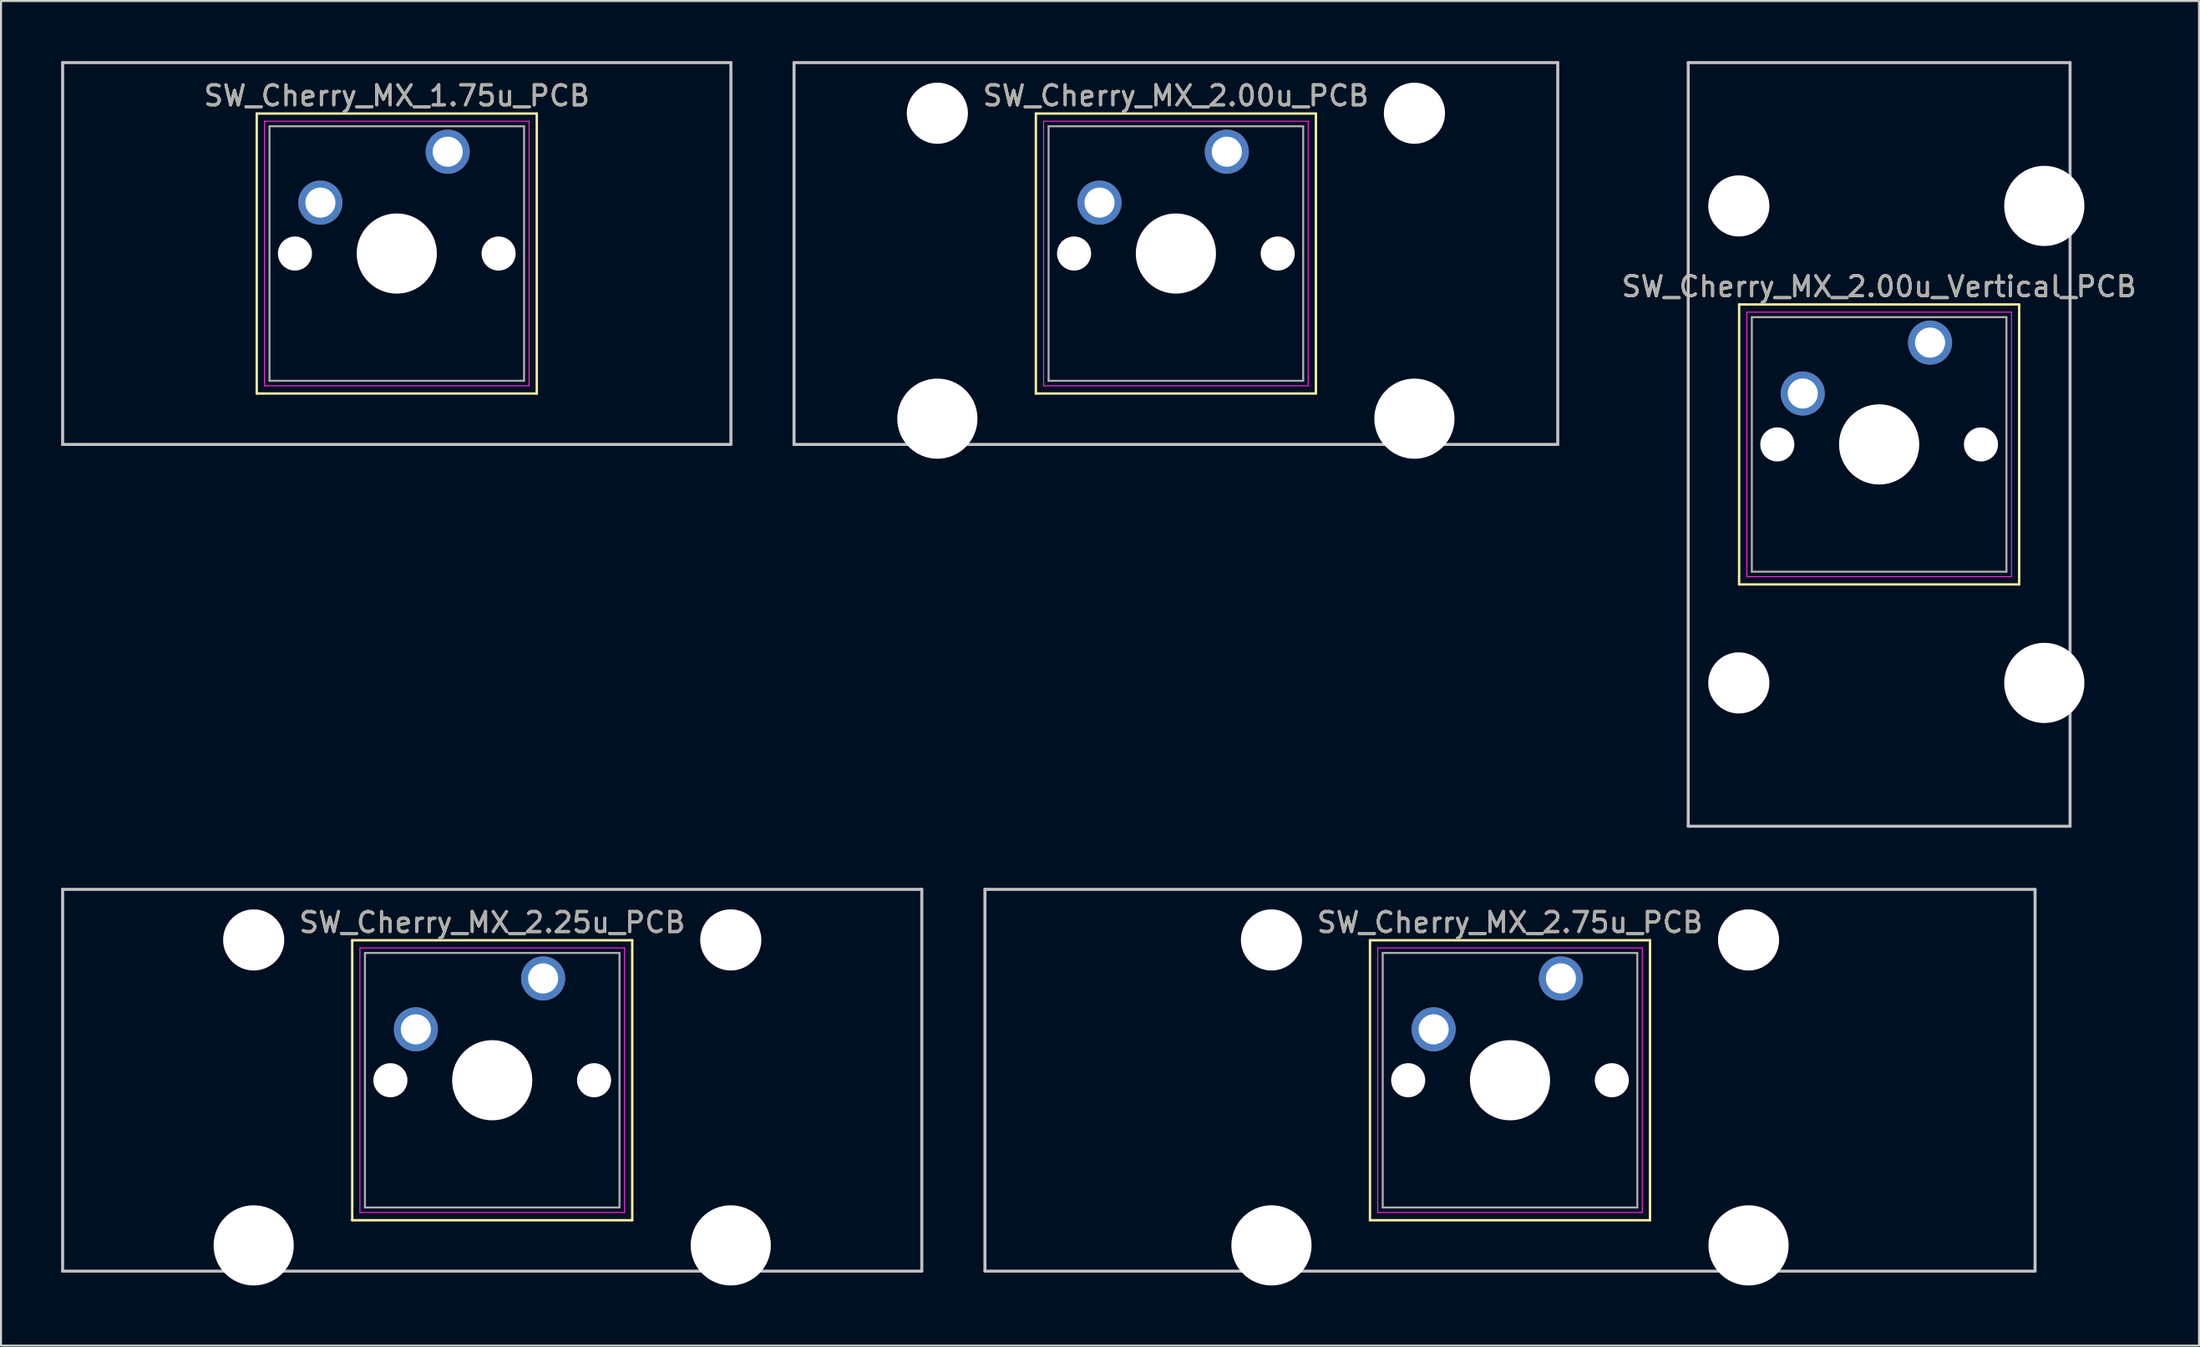
<source format=kicad_pcb>
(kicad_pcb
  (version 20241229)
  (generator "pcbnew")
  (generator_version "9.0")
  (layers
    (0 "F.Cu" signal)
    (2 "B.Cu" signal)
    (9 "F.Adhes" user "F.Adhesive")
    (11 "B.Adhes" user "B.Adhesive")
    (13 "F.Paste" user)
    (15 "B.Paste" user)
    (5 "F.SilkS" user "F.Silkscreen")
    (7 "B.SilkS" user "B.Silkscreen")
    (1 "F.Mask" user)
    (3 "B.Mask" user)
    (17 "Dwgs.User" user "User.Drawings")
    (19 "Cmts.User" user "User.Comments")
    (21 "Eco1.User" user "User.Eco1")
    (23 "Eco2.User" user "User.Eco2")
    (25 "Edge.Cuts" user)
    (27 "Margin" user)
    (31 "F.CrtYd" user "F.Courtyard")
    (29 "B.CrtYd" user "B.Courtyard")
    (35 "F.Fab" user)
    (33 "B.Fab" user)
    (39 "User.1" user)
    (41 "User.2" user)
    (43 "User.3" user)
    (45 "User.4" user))
  (footprint "SW_Cherry_MX_2.00u_PCB"
    (layer "F.Cu")
    (at 58.153 4.52)
    (property "Reference" "SW_Cherry_MX_2.00u_PCB" (at -2.54 -2.794 0) (layer "F.SilkS") (effects (font (size 1 1) (thickness 0.15))))
    (attr through_hole)
    (fp_line (start -9.525 -1.905) (end 4.445 -1.905) (stroke (width 0.12) (type solid)) (layer "F.SilkS"))
    (fp_line (start -9.525 12.065) (end -9.525 -1.905) (stroke (width 0.12) (type solid)) (layer "F.SilkS"))
    (fp_line (start 4.445 -1.905) (end 4.445 12.065) (stroke (width 0.12) (type solid)) (layer "F.SilkS"))
    (fp_line (start 4.445 12.065) (end -9.525 12.065) (stroke (width 0.12) (type solid)) (layer "F.SilkS"))
    (fp_line (start -21.59 -4.445) (end 16.51 -4.445) (stroke (width 0.15) (type solid)) (layer "Dwgs.User"))
    (fp_line (start -21.59 14.605) (end -21.59 -4.445) (stroke (width 0.15) (type solid)) (layer "Dwgs.User"))
    (fp_line (start 16.51 -4.445) (end 16.51 14.605) (stroke (width 0.15) (type solid)) (layer "Dwgs.User"))
    (fp_line (start 16.51 14.605) (end -21.59 14.605) (stroke (width 0.15) (type solid)) (layer "Dwgs.User"))
    (fp_line (start -9.14 -1.52) (end 4.06 -1.52) (stroke (width 0.05) (type solid)) (layer "F.CrtYd"))
    (fp_line (start -9.14 11.68) (end -9.14 -1.52) (stroke (width 0.05) (type solid)) (layer "F.CrtYd"))
    (fp_line (start 4.06 -1.52) (end 4.06 11.68) (stroke (width 0.05) (type solid)) (layer "F.CrtYd"))
    (fp_line (start 4.06 11.68) (end -9.14 11.68) (stroke (width 0.05) (type solid)) (layer "F.CrtYd"))
    (fp_line (start -8.89 -1.27) (end 3.81 -1.27) (stroke (width 0.1) (type solid)) (layer "F.Fab"))
    (fp_line (start -8.89 11.43) (end -8.89 -1.27) (stroke (width 0.1) (type solid)) (layer "F.Fab"))
    (fp_line (start 3.81 -1.27) (end 3.81 11.43) (stroke (width 0.1) (type solid)) (layer "F.Fab"))
    (fp_line (start 3.81 11.43) (end -8.89 11.43) (stroke (width 0.1) (type solid)) (layer "F.Fab"))
    (fp_text user "${REFERENCE}" (at -2.54 -2.794 0) (layer "F.Fab") (effects (font (size 1 1) (thickness 0.15))))
    (pad "" np_thru_hole circle (at -14.44 -1.92) (size 3.05 3.05) (drill 3.05) (layers "*.Cu" "*.Mask"))
    (pad "" np_thru_hole circle (at -14.44 13.32) (size 4 4) (drill 4) (layers "*.Cu" "*.Mask"))
    (pad "" np_thru_hole circle (at -7.62 5.08) (size 1.7 1.7) (drill 1.7) (layers "*.Cu" "*.Mask"))
    (pad "" np_thru_hole circle (at -2.54 5.08) (size 4 4) (drill 4) (layers "*.Cu" "*.Mask"))
    (pad "" np_thru_hole circle (at 2.54 5.08) (size 1.7 1.7) (drill 1.7) (layers "*.Cu" "*.Mask"))
    (pad "" np_thru_hole circle (at 9.36 -1.92) (size 3.05 3.05) (drill 3.05) (layers "*.Cu" "*.Mask"))
    (pad "" np_thru_hole circle (at 9.36 13.32) (size 4 4) (drill 4) (layers "*.Cu" "*.Mask"))
    (pad "1" thru_hole circle (at 0 0) (size 2.2 2.2) (drill 1.5) (layers "*.Cu" "*.Mask"))
    (pad "2" thru_hole circle (at -6.35 2.54) (size 2.2 2.2) (drill 1.5) (layers "*.Cu" "*.Mask")))
  (footprint "SW_Cherry_MX_2.25u_PCB"
    (layer "F.Cu")
    (at 24.046 45.77)
    (property "Reference" "SW_Cherry_MX_2.25u_PCB" (at -2.54 -2.794 0) (layer "F.SilkS") (effects (font (size 1 1) (thickness 0.15))))
    (attr through_hole)
    (fp_line (start -9.525 -1.905) (end 4.445 -1.905) (stroke (width 0.12) (type solid)) (layer "F.SilkS"))
    (fp_line (start -9.525 12.065) (end -9.525 -1.905) (stroke (width 0.12) (type solid)) (layer "F.SilkS"))
    (fp_line (start 4.445 -1.905) (end 4.445 12.065) (stroke (width 0.12) (type solid)) (layer "F.SilkS"))
    (fp_line (start 4.445 12.065) (end -9.525 12.065) (stroke (width 0.12) (type solid)) (layer "F.SilkS"))
    (fp_line (start -23.971 -4.445) (end 18.891 -4.445) (stroke (width 0.15) (type solid)) (layer "Dwgs.User"))
    (fp_line (start -23.971 14.605) (end -23.971 -4.445) (stroke (width 0.15) (type solid)) (layer "Dwgs.User"))
    (fp_line (start 18.891 -4.445) (end 18.891 14.605) (stroke (width 0.15) (type solid)) (layer "Dwgs.User"))
    (fp_line (start 18.891 14.605) (end -23.971 14.605) (stroke (width 0.15) (type solid)) (layer "Dwgs.User"))
    (fp_line (start -9.14 -1.52) (end 4.06 -1.52) (stroke (width 0.05) (type solid)) (layer "F.CrtYd"))
    (fp_line (start -9.14 11.68) (end -9.14 -1.52) (stroke (width 0.05) (type solid)) (layer "F.CrtYd"))
    (fp_line (start 4.06 -1.52) (end 4.06 11.68) (stroke (width 0.05) (type solid)) (layer "F.CrtYd"))
    (fp_line (start 4.06 11.68) (end -9.14 11.68) (stroke (width 0.05) (type solid)) (layer "F.CrtYd"))
    (fp_line (start -8.89 -1.27) (end 3.81 -1.27) (stroke (width 0.1) (type solid)) (layer "F.Fab"))
    (fp_line (start -8.89 11.43) (end -8.89 -1.27) (stroke (width 0.1) (type solid)) (layer "F.Fab"))
    (fp_line (start 3.81 -1.27) (end 3.81 11.43) (stroke (width 0.1) (type solid)) (layer "F.Fab"))
    (fp_line (start 3.81 11.43) (end -8.89 11.43) (stroke (width 0.1) (type solid)) (layer "F.Fab"))
    (fp_text user "${REFERENCE}" (at -2.54 -2.794 0) (layer "F.Fab") (effects (font (size 1 1) (thickness 0.15))))
    (pad "" np_thru_hole circle (at -14.44 -1.92) (size 3.05 3.05) (drill 3.05) (layers "*.Cu" "*.Mask"))
    (pad "" np_thru_hole circle (at -14.44 13.32) (size 4 4) (drill 4) (layers "*.Cu" "*.Mask"))
    (pad "" np_thru_hole circle (at -7.62 5.08) (size 1.7 1.7) (drill 1.7) (layers "*.Cu" "*.Mask"))
    (pad "" np_thru_hole circle (at -2.54 5.08) (size 4 4) (drill 4) (layers "*.Cu" "*.Mask"))
    (pad "" np_thru_hole circle (at 2.54 5.08) (size 1.7 1.7) (drill 1.7) (layers "*.Cu" "*.Mask"))
    (pad "" np_thru_hole circle (at 9.36 -1.92) (size 3.05 3.05) (drill 3.05) (layers "*.Cu" "*.Mask"))
    (pad "" np_thru_hole circle (at 9.36 13.32) (size 4 4) (drill 4) (layers "*.Cu" "*.Mask"))
    (pad "1" thru_hole circle (at 0 0) (size 2.2 2.2) (drill 1.5) (layers "*.Cu" "*.Mask"))
    (pad "2" thru_hole circle (at -6.35 2.54) (size 2.2 2.2) (drill 1.5) (layers "*.Cu" "*.Mask")))
  (footprint "SW_Cherry_MX_2.00u_Vertical_PCB"
    (layer "F.Cu")
    (at 93.236 14.045)
    (property "Reference" "SW_Cherry_MX_2.00u_Vertical_PCB" (at -2.54 -2.794 0) (layer "F.SilkS") (effects (font (size 1 1) (thickness 0.15))))
    (attr through_hole)
    (fp_line (start -9.525 -1.905) (end 4.445 -1.905) (stroke (width 0.12) (type solid)) (layer "F.SilkS"))
    (fp_line (start -9.525 12.065) (end -9.525 -1.905) (stroke (width 0.12) (type solid)) (layer "F.SilkS"))
    (fp_line (start 4.445 -1.905) (end 4.445 12.065) (stroke (width 0.12) (type solid)) (layer "F.SilkS"))
    (fp_line (start 4.445 12.065) (end -9.525 12.065) (stroke (width 0.12) (type solid)) (layer "F.SilkS"))
    (fp_line (start -12.065 -13.97) (end 6.985 -13.97) (stroke (width 0.15) (type solid)) (layer "Dwgs.User"))
    (fp_line (start -12.065 24.13) (end -12.065 -13.97) (stroke (width 0.15) (type solid)) (layer "Dwgs.User"))
    (fp_line (start 6.985 -13.97) (end 6.985 24.13) (stroke (width 0.15) (type solid)) (layer "Dwgs.User"))
    (fp_line (start 6.985 24.13) (end -12.065 24.13) (stroke (width 0.15) (type solid)) (layer "Dwgs.User"))
    (fp_line (start -9.14 -1.52) (end 4.06 -1.52) (stroke (width 0.05) (type solid)) (layer "F.CrtYd"))
    (fp_line (start -9.14 11.68) (end -9.14 -1.52) (stroke (width 0.05) (type solid)) (layer "F.CrtYd"))
    (fp_line (start 4.06 -1.52) (end 4.06 11.68) (stroke (width 0.05) (type solid)) (layer "F.CrtYd"))
    (fp_line (start 4.06 11.68) (end -9.14 11.68) (stroke (width 0.05) (type solid)) (layer "F.CrtYd"))
    (fp_line (start -8.89 -1.27) (end 3.81 -1.27) (stroke (width 0.1) (type solid)) (layer "F.Fab"))
    (fp_line (start -8.89 11.43) (end -8.89 -1.27) (stroke (width 0.1) (type solid)) (layer "F.Fab"))
    (fp_line (start 3.81 -1.27) (end 3.81 11.43) (stroke (width 0.1) (type solid)) (layer "F.Fab"))
    (fp_line (start 3.81 11.43) (end -8.89 11.43) (stroke (width 0.1) (type solid)) (layer "F.Fab"))
    (fp_text user "${REFERENCE}" (at -2.54 -2.794 0) (layer "F.Fab") (effects (font (size 1 1) (thickness 0.15))))
    (pad "" np_thru_hole circle (at -9.54 -6.82) (size 3.05 3.05) (drill 3.05) (layers "*.Cu" "*.Mask"))
    (pad "" np_thru_hole circle (at -9.54 16.98) (size 3.05 3.05) (drill 3.05) (layers "*.Cu" "*.Mask"))
    (pad "" np_thru_hole circle (at -7.62 5.08) (size 1.7 1.7) (drill 1.7) (layers "*.Cu" "*.Mask"))
    (pad "" np_thru_hole circle (at -2.54 5.08) (size 4 4) (drill 4) (layers "*.Cu" "*.Mask"))
    (pad "" np_thru_hole circle (at 2.54 5.08) (size 1.7 1.7) (drill 1.7) (layers "*.Cu" "*.Mask"))
    (pad "" np_thru_hole circle (at 5.7 -6.82) (size 4 4) (drill 4) (layers "*.Cu" "*.Mask"))
    (pad "" np_thru_hole circle (at 5.7 16.98) (size 4 4) (drill 4) (layers "*.Cu" "*.Mask"))
    (pad "1" thru_hole circle (at 0 0) (size 2.2 2.2) (drill 1.5) (layers "*.Cu" "*.Mask"))
    (pad "2" thru_hole circle (at -6.35 2.54) (size 2.2 2.2) (drill 1.5) (layers "*.Cu" "*.Mask")))
  (footprint "SW_Cherry_MX_1.75u_PCB"
    (layer "F.Cu")
    (at 19.284 4.52)
    (property "Reference" "SW_Cherry_MX_1.75u_PCB" (at -2.54 -2.794 0) (layer "F.SilkS") (effects (font (size 1 1) (thickness 0.15))))
    (attr through_hole)
    (fp_line (start -9.525 -1.905) (end 4.445 -1.905) (stroke (width 0.12) (type solid)) (layer "F.SilkS"))
    (fp_line (start -9.525 12.065) (end -9.525 -1.905) (stroke (width 0.12) (type solid)) (layer "F.SilkS"))
    (fp_line (start 4.445 -1.905) (end 4.445 12.065) (stroke (width 0.12) (type solid)) (layer "F.SilkS"))
    (fp_line (start 4.445 12.065) (end -9.525 12.065) (stroke (width 0.12) (type solid)) (layer "F.SilkS"))
    (fp_line (start -19.209 -4.445) (end 14.129 -4.445) (stroke (width 0.15) (type solid)) (layer "Dwgs.User"))
    (fp_line (start -19.209 14.605) (end -19.209 -4.445) (stroke (width 0.15) (type solid)) (layer "Dwgs.User"))
    (fp_line (start 14.129 -4.445) (end 14.129 14.605) (stroke (width 0.15) (type solid)) (layer "Dwgs.User"))
    (fp_line (start 14.129 14.605) (end -19.209 14.605) (stroke (width 0.15) (type solid)) (layer "Dwgs.User"))
    (fp_line (start -9.14 -1.52) (end 4.06 -1.52) (stroke (width 0.05) (type solid)) (layer "F.CrtYd"))
    (fp_line (start -9.14 11.68) (end -9.14 -1.52) (stroke (width 0.05) (type solid)) (layer "F.CrtYd"))
    (fp_line (start 4.06 -1.52) (end 4.06 11.68) (stroke (width 0.05) (type solid)) (layer "F.CrtYd"))
    (fp_line (start 4.06 11.68) (end -9.14 11.68) (stroke (width 0.05) (type solid)) (layer "F.CrtYd"))
    (fp_line (start -8.89 -1.27) (end 3.81 -1.27) (stroke (width 0.1) (type solid)) (layer "F.Fab"))
    (fp_line (start -8.89 11.43) (end -8.89 -1.27) (stroke (width 0.1) (type solid)) (layer "F.Fab"))
    (fp_line (start 3.81 -1.27) (end 3.81 11.43) (stroke (width 0.1) (type solid)) (layer "F.Fab"))
    (fp_line (start 3.81 11.43) (end -8.89 11.43) (stroke (width 0.1) (type solid)) (layer "F.Fab"))
    (fp_text user "${REFERENCE}" (at -2.54 -2.794 0) (layer "F.Fab") (effects (font (size 1 1) (thickness 0.15))))
    (pad "" np_thru_hole circle (at -7.62 5.08) (size 1.7 1.7) (drill 1.7) (layers "*.Cu" "*.Mask"))
    (pad "" np_thru_hole circle (at -2.54 5.08) (size 4 4) (drill 4) (layers "*.Cu" "*.Mask"))
    (pad "" np_thru_hole circle (at 2.54 5.08) (size 1.7 1.7) (drill 1.7) (layers "*.Cu" "*.Mask"))
    (pad "1" thru_hole circle (at 0 0) (size 2.2 2.2) (drill 1.5) (layers "*.Cu" "*.Mask"))
    (pad "2" thru_hole circle (at -6.35 2.54) (size 2.2 2.2) (drill 1.5) (layers "*.Cu" "*.Mask")))
  (footprint "SW_Cherry_MX_2.75u_PCB"
    (layer "F.Cu")
    (at 74.821 45.77)
    (property "Reference" "SW_Cherry_MX_2.75u_PCB" (at -2.54 -2.794 0) (layer "F.SilkS") (effects (font (size 1 1) (thickness 0.15))))
    (attr through_hole)
    (fp_line (start -9.525 -1.905) (end 4.445 -1.905) (stroke (width 0.12) (type solid)) (layer "F.SilkS"))
    (fp_line (start -9.525 12.065) (end -9.525 -1.905) (stroke (width 0.12) (type solid)) (layer "F.SilkS"))
    (fp_line (start 4.445 -1.905) (end 4.445 12.065) (stroke (width 0.12) (type solid)) (layer "F.SilkS"))
    (fp_line (start 4.445 12.065) (end -9.525 12.065) (stroke (width 0.12) (type solid)) (layer "F.SilkS"))
    (fp_line (start -28.734 -4.445) (end 23.654 -4.445) (stroke (width 0.15) (type solid)) (layer "Dwgs.User"))
    (fp_line (start -28.734 14.605) (end -28.734 -4.445) (stroke (width 0.15) (type solid)) (layer "Dwgs.User"))
    (fp_line (start 23.654 -4.445) (end 23.654 14.605) (stroke (width 0.15) (type solid)) (layer "Dwgs.User"))
    (fp_line (start 23.654 14.605) (end -28.734 14.605) (stroke (width 0.15) (type solid)) (layer "Dwgs.User"))
    (fp_line (start -9.14 -1.52) (end 4.06 -1.52) (stroke (width 0.05) (type solid)) (layer "F.CrtYd"))
    (fp_line (start -9.14 11.68) (end -9.14 -1.52) (stroke (width 0.05) (type solid)) (layer "F.CrtYd"))
    (fp_line (start 4.06 -1.52) (end 4.06 11.68) (stroke (width 0.05) (type solid)) (layer "F.CrtYd"))
    (fp_line (start 4.06 11.68) (end -9.14 11.68) (stroke (width 0.05) (type solid)) (layer "F.CrtYd"))
    (fp_line (start -8.89 -1.27) (end 3.81 -1.27) (stroke (width 0.1) (type solid)) (layer "F.Fab"))
    (fp_line (start -8.89 11.43) (end -8.89 -1.27) (stroke (width 0.1) (type solid)) (layer "F.Fab"))
    (fp_line (start 3.81 -1.27) (end 3.81 11.43) (stroke (width 0.1) (type solid)) (layer "F.Fab"))
    (fp_line (start 3.81 11.43) (end -8.89 11.43) (stroke (width 0.1) (type solid)) (layer "F.Fab"))
    (fp_text user "${REFERENCE}" (at -2.54 -2.794 0) (layer "F.Fab") (effects (font (size 1 1) (thickness 0.15))))
    (pad "" np_thru_hole circle (at -14.44 -1.92) (size 3.05 3.05) (drill 3.05) (layers "*.Cu" "*.Mask"))
    (pad "" np_thru_hole circle (at -14.44 13.32) (size 4 4) (drill 4) (layers "*.Cu" "*.Mask"))
    (pad "" np_thru_hole circle (at -7.62 5.08) (size 1.7 1.7) (drill 1.7) (layers "*.Cu" "*.Mask"))
    (pad "" np_thru_hole circle (at -2.54 5.08) (size 4 4) (drill 4) (layers "*.Cu" "*.Mask"))
    (pad "" np_thru_hole circle (at 2.54 5.08) (size 1.7 1.7) (drill 1.7) (layers "*.Cu" "*.Mask"))
    (pad "" np_thru_hole circle (at 9.36 -1.92) (size 3.05 3.05) (drill 3.05) (layers "*.Cu" "*.Mask"))
    (pad "" np_thru_hole circle (at 9.36 13.32) (size 4 4) (drill 4) (layers "*.Cu" "*.Mask"))
    (pad "1" thru_hole circle (at 0 0) (size 2.2 2.2) (drill 1.5) (layers "*.Cu" "*.Mask"))
    (pad "2" thru_hole circle (at -6.35 2.54) (size 2.2 2.2) (drill 1.5) (layers "*.Cu" "*.Mask")))
  (gr_rect
    (start -3 -3)
    (end 106.654 64.09)
    (stroke (width 0.1) (type default))
    (fill no)
    (layer "Edge.Cuts")))
</source>
